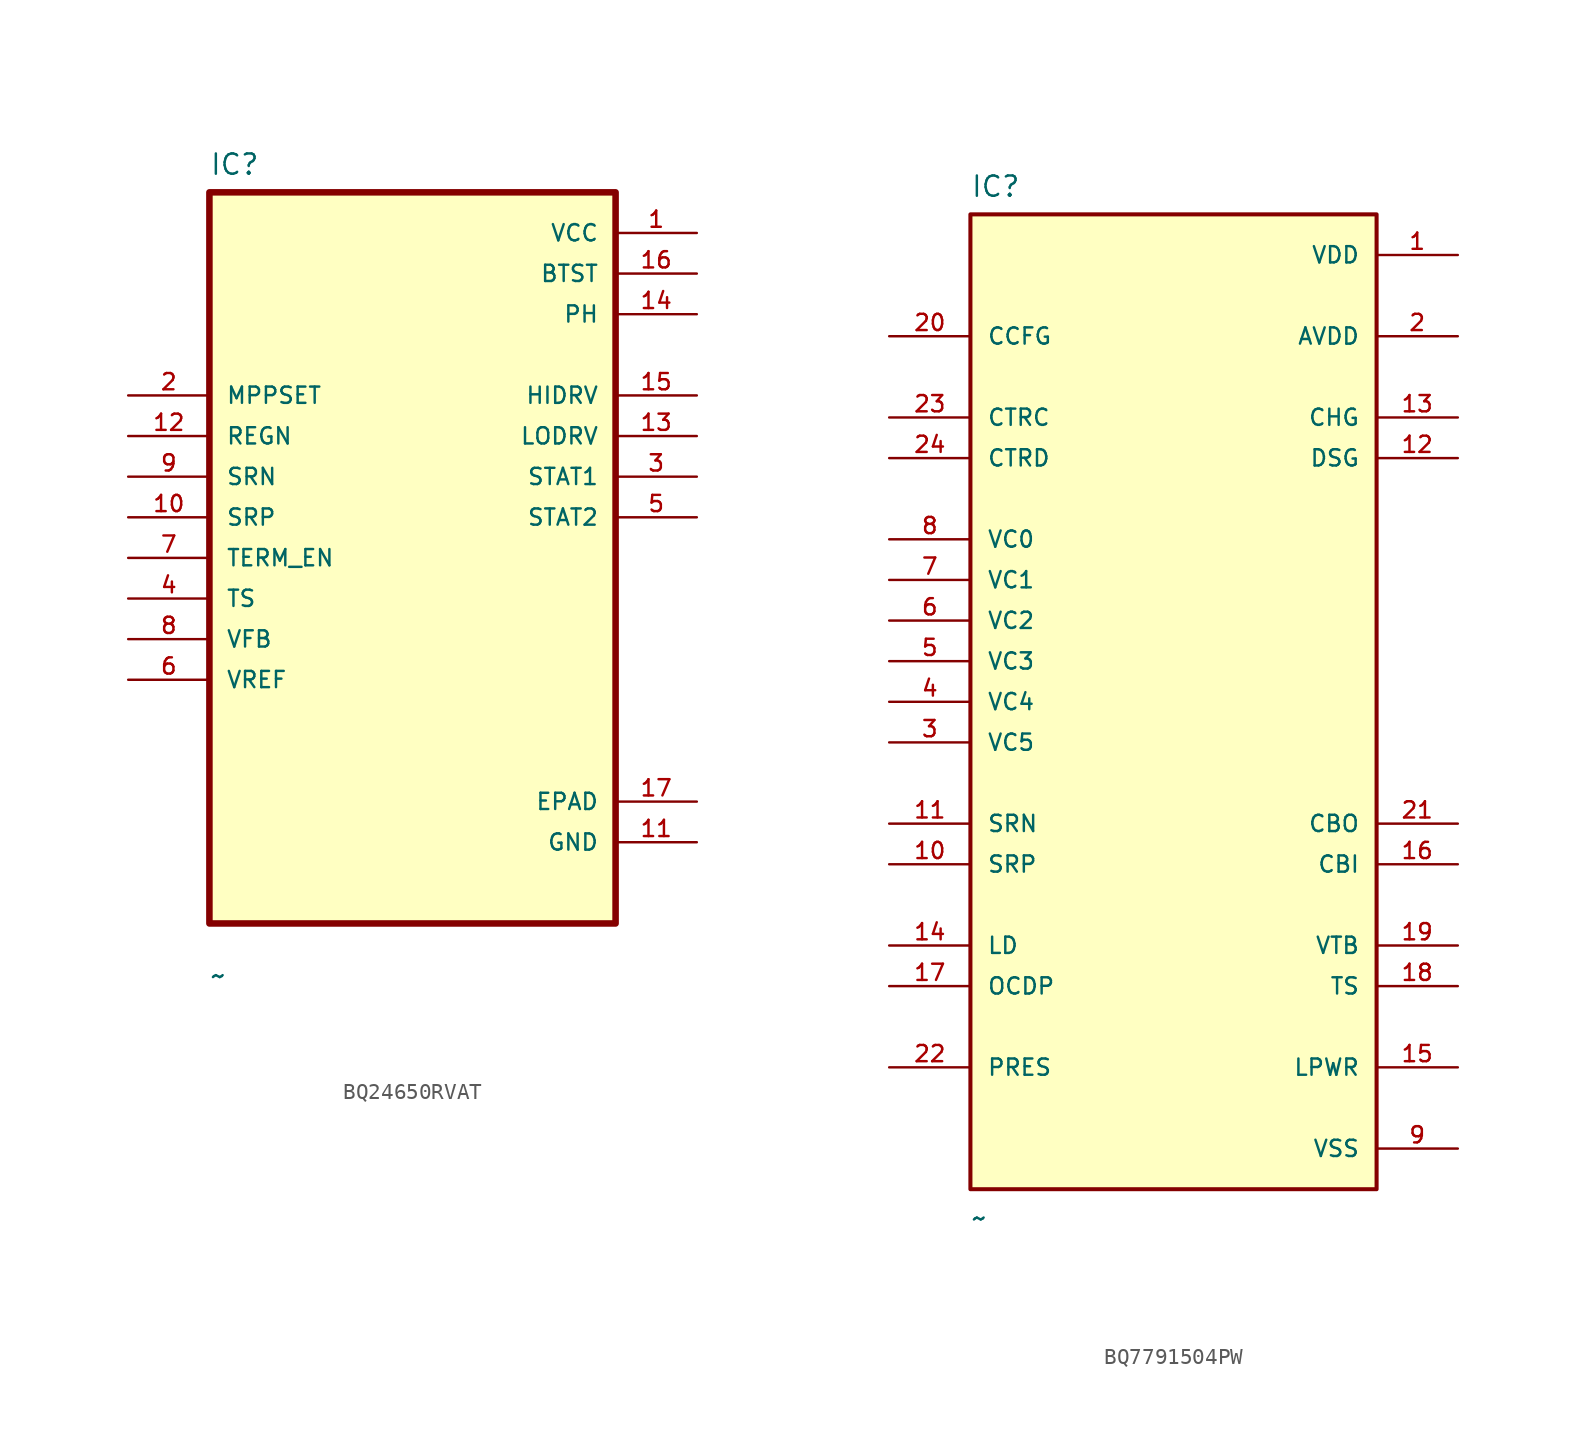
<source format=kicad_sym>
(kicad_symbol_lib
  (version 20241209)
  (generator "kicad_symbol_editor")
  (generator_version "9.0")
  (symbol "BQ24650RVAT"
    (pin_names
      (offset 1.016))
    (property "Reference" "IC"
      (at -12.7 23.86 0)
      (effects (font (size 1.27 1.27)) (justify left bottom)))
    (property "Value" "~"
      (at -12.7 -26.86 0)
      (effects (font (size 1.27 1.27)) (justify left bottom)))
    (symbol "BQ24650RVAT_0_0"
      (rectangle (start -12.7 22.86) (end 12.7 -22.86) (stroke (width 0.41) (type default)) (fill (type background)))
      (pin input line (at -17.78 10.16 0) (length 5.08) (name "MPPSET" (effects (font (size 1.016 1.016)))) (number "2" (effects (font (size 1.016 1.016)))))
      (pin input line (at -17.78 7.62 0) (length 5.08) (name "REGN" (effects (font (size 1.016 1.016)))) (number "12" (effects (font (size 1.016 1.016)))))
      (pin input line (at -17.78 5.08 0) (length 5.08) (name "SRN" (effects (font (size 1.016 1.016)))) (number "9" (effects (font (size 1.016 1.016)))))
      (pin input line (at -17.78 2.54 0) (length 5.08) (name "SRP" (effects (font (size 1.016 1.016)))) (number "10" (effects (font (size 1.016 1.016)))))
      (pin input line (at -17.78 0 0) (length 5.08) (name "TERM_EN" (effects (font (size 1.016 1.016)))) (number "7" (effects (font (size 1.016 1.016)))))
      (pin input line (at -17.78 -2.54 0) (length 5.08) (name "TS" (effects (font (size 1.016 1.016)))) (number "4" (effects (font (size 1.016 1.016)))))
      (pin input line (at -17.78 -5.08 0) (length 5.08) (name "VFB" (effects (font (size 1.016 1.016)))) (number "8" (effects (font (size 1.016 1.016)))))
      (pin input line (at -17.78 -7.62 0) (length 5.08) (name "VREF" (effects (font (size 1.016 1.016)))) (number "6" (effects (font (size 1.016 1.016)))))
      (pin power_in line (at 17.78 20.32 180) (length 5.08) (name "VCC" (effects (font (size 1.016 1.016)))) (number "1" (effects (font (size 1.016 1.016)))))
      (pin power_in line (at 17.78 17.78 180) (length 5.08) (name "BTST" (effects (font (size 1.016 1.016)))) (number "16" (effects (font (size 1.016 1.016)))))
      (pin power_in line (at 17.78 15.24 180) (length 5.08) (name "PH" (effects (font (size 1.016 1.016)))) (number "14" (effects (font (size 1.016 1.016)))))
      (pin output line (at 17.78 10.16 180) (length 5.08) (name "HIDRV" (effects (font (size 1.016 1.016)))) (number "15" (effects (font (size 1.016 1.016)))))
      (pin output line (at 17.78 7.62 180) (length 5.08) (name "LODRV" (effects (font (size 1.016 1.016)))) (number "13" (effects (font (size 1.016 1.016)))))
      (pin output line (at 17.78 5.08 180) (length 5.08) (name "STAT1" (effects (font (size 1.016 1.016)))) (number "3" (effects (font (size 1.016 1.016)))))
      (pin output line (at 17.78 2.54 180) (length 5.08) (name "STAT2" (effects (font (size 1.016 1.016)))) (number "5" (effects (font (size 1.016 1.016)))))
      (pin power_in line (at 17.78 -15.24 180) (length 5.08) (name "EPAD" (effects (font (size 1.016 1.016)))) (number "17" (effects (font (size 1.016 1.016)))))
      (pin power_in line (at 17.78 -17.78 180) (length 5.08) (name "GND" (effects (font (size 1.016 1.016)))) (number "11" (effects (font (size 1.016 1.016)))))))
  (symbol "BQ7791504PW"
    (pin_names
      (offset 1.016))
    (property "Reference" "IC"
      (at -12.7 31.48 0)
      (effects (font (size 1.27 1.27)) (justify left bottom)))
    (property "Value" "~"
      (at -12.7 -33.02 0)
      (effects (font (size 1.27 1.27)) (justify left bottom)))
    (symbol "BQ7791504PW_0_0"
      (rectangle (start -12.7 30.48) (end 12.7 -30.48) (stroke (width 0.254) (type default)) (fill (type background)))
      (pin input line (at -17.78 22.86 0) (length 5.08) (name "CCFG" (effects (font (size 1.016 1.016)))) (number "20" (effects (font (size 1.016 1.016)))))
      (pin input line (at -17.78 17.78 0) (length 5.08) (name "CTRC" (effects (font (size 1.016 1.016)))) (number "23" (effects (font (size 1.016 1.016)))))
      (pin input line (at -17.78 15.24 0) (length 5.08) (name "CTRD" (effects (font (size 1.016 1.016)))) (number "24" (effects (font (size 1.016 1.016)))))
      (pin input line (at -17.78 10.16 0) (length 5.08) (name "VC0" (effects (font (size 1.016 1.016)))) (number "8" (effects (font (size 1.016 1.016)))))
      (pin input line (at -17.78 7.62 0) (length 5.08) (name "VC1" (effects (font (size 1.016 1.016)))) (number "7" (effects (font (size 1.016 1.016)))))
      (pin input line (at -17.78 5.08 0) (length 5.08) (name "VC2" (effects (font (size 1.016 1.016)))) (number "6" (effects (font (size 1.016 1.016)))))
      (pin input line (at -17.78 2.54 0) (length 5.08) (name "VC3" (effects (font (size 1.016 1.016)))) (number "5" (effects (font (size 1.016 1.016)))))
      (pin input line (at -17.78 0 0) (length 5.08) (name "VC4" (effects (font (size 1.016 1.016)))) (number "4" (effects (font (size 1.016 1.016)))))
      (pin input line (at -17.78 -2.54 0) (length 5.08) (name "VC5" (effects (font (size 1.016 1.016)))) (number "3" (effects (font (size 1.016 1.016)))))
      (pin input line (at -17.78 -7.62 0) (length 5.08) (name "SRN" (effects (font (size 1.016 1.016)))) (number "11" (effects (font (size 1.016 1.016)))))
      (pin input line (at -17.78 -10.16 0) (length 5.08) (name "SRP" (effects (font (size 1.016 1.016)))) (number "10" (effects (font (size 1.016 1.016)))))
      (pin input line (at -17.78 -15.24 0) (length 5.08) (name "LD" (effects (font (size 1.016 1.016)))) (number "14" (effects (font (size 1.016 1.016)))))
      (pin input line (at -17.78 -17.78 0) (length 5.08) (name "OCDP" (effects (font (size 1.016 1.016)))) (number "17" (effects (font (size 1.016 1.016)))))
      (pin input line (at -17.78 -22.86 0) (length 5.08) (name "PRES" (effects (font (size 1.016 1.016)))) (number "22" (effects (font (size 1.016 1.016)))))
      (pin power_in line (at 17.78 27.94 180) (length 5.08) (name "VDD" (effects (font (size 1.016 1.016)))) (number "1" (effects (font (size 1.016 1.016)))))
      (pin output line (at 17.78 22.86 180) (length 5.08) (name "AVDD" (effects (font (size 1.016 1.016)))) (number "2" (effects (font (size 1.016 1.016)))))
      (pin output line (at 17.78 17.78 180) (length 5.08) (name "CHG" (effects (font (size 1.016 1.016)))) (number "13" (effects (font (size 1.016 1.016)))))
      (pin output line (at 17.78 15.24 180) (length 5.08) (name "DSG" (effects (font (size 1.016 1.016)))) (number "12" (effects (font (size 1.016 1.016)))))
      (pin output line (at 17.78 -7.62 180) (length 5.08) (name "CBO" (effects (font (size 1.016 1.016)))) (number "21" (effects (font (size 1.016 1.016)))))
      (pin input line (at 17.78 -10.16 180) (length 5.08) (name "CBI" (effects (font (size 1.016 1.016)))) (number "16" (effects (font (size 1.016 1.016)))))
      (pin output line (at 17.78 -15.24 180) (length 5.08) (name "VTB" (effects (font (size 1.016 1.016)))) (number "19" (effects (font (size 1.016 1.016)))))
      (pin input line (at 17.78 -17.78 180) (length 5.08) (name "TS" (effects (font (size 1.016 1.016)))) (number "18" (effects (font (size 1.016 1.016)))))
      (pin output line (at 17.78 -22.86 180) (length 5.08) (name "LPWR" (effects (font (size 1.016 1.016)))) (number "15" (effects (font (size 1.016 1.016)))))
      (pin power_in line (at 17.78 -27.94 180) (length 5.08) (name "VSS" (effects (font (size 1.016 1.016)))) (number "9" (effects (font (size 1.016 1.016))))))))
</source>
